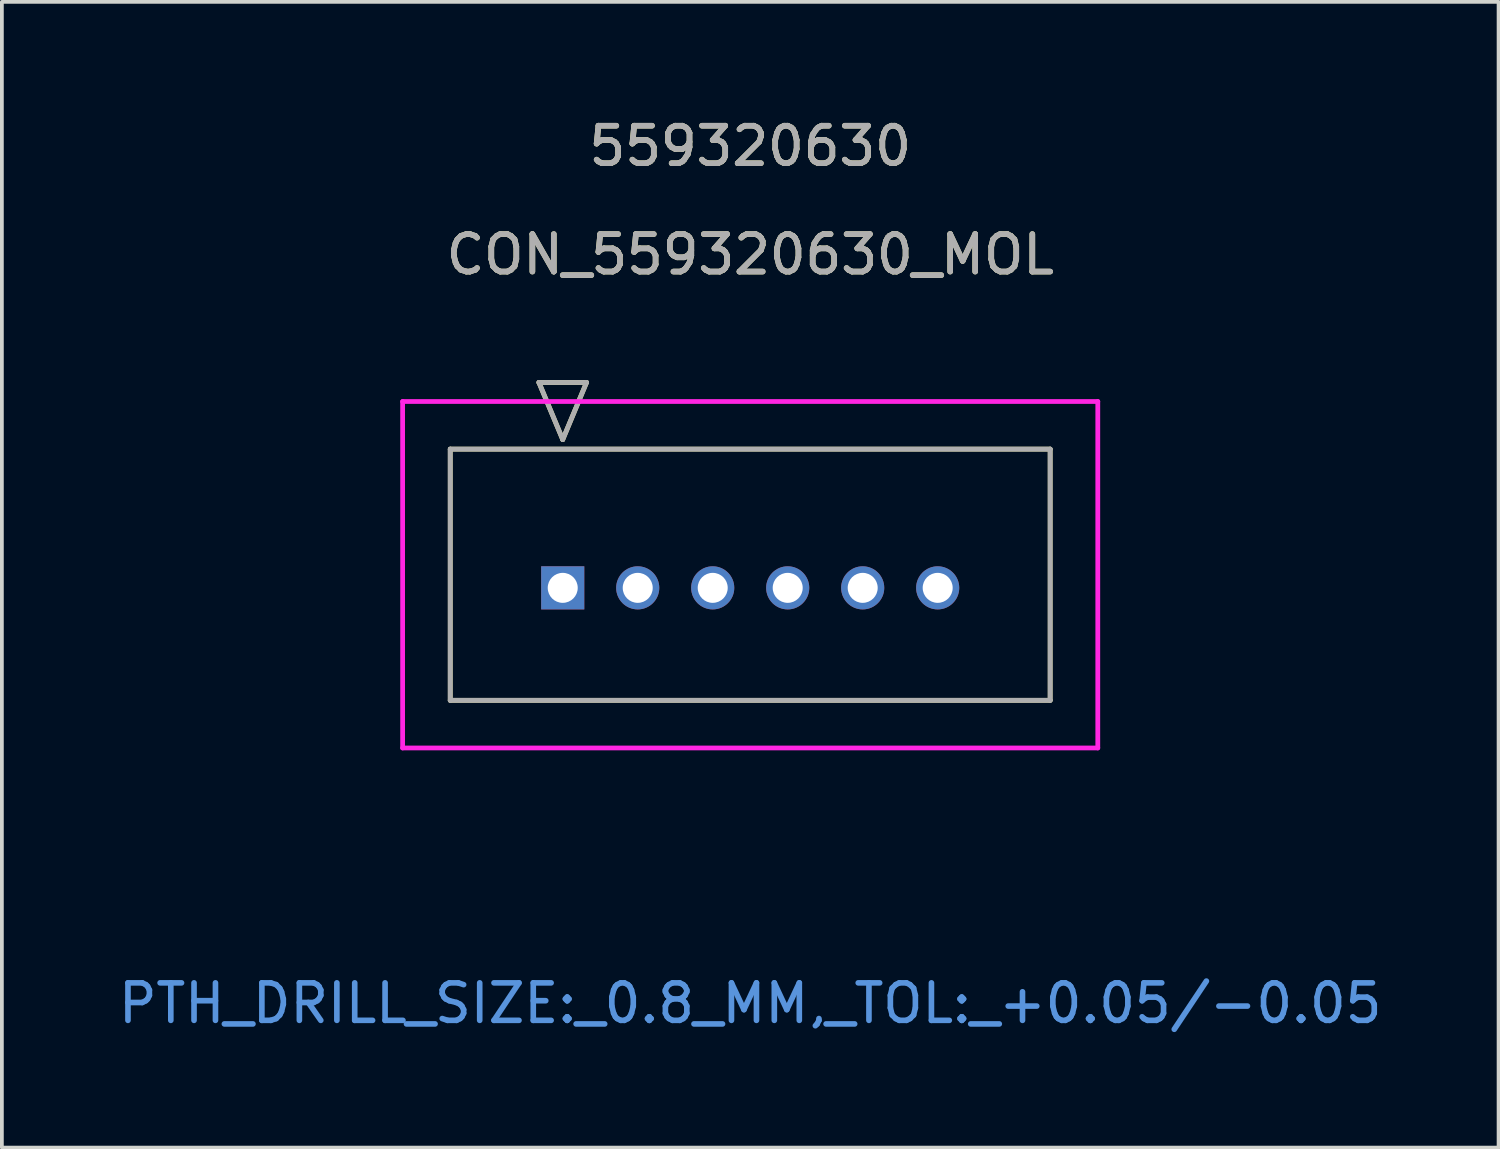
<source format=kicad_pcb>
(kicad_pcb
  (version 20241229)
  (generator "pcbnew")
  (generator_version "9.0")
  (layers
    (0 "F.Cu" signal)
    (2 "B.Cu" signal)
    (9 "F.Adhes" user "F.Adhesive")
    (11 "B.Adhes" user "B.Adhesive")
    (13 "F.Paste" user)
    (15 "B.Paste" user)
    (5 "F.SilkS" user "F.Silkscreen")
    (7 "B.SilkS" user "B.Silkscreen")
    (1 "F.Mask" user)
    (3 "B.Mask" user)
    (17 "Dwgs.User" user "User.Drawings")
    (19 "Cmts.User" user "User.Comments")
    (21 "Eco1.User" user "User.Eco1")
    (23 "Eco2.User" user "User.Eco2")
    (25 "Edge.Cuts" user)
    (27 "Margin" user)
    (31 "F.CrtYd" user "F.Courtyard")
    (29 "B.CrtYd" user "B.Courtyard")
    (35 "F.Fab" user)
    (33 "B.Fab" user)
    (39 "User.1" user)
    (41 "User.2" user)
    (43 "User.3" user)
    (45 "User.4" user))
  (footprint "CON_559320630_MOL"
    (layer "F.Cu")
    (at 11.958 12.628)
    (property "Reference" "CON_559320630_MOL" (at 5 -8.89 0) (unlocked yes) (layer "F.SilkS") (effects (font (size 1 1) (thickness 0.15))))
    (attr through_hole)
    (fp_line (start -3 -3.7) (end -3 3) (stroke (width 0.127) (type solid)) (layer "F.SilkS"))
    (fp_line (start -3 3) (end 13 3) (stroke (width 0.127) (type solid)) (layer "F.SilkS"))
    (fp_line (start -0.635 -5.478) (end 0 -3.954) (stroke (width 0.127) (type solid)) (layer "F.SilkS"))
    (fp_line (start 0 -3.954) (end 0.635 -5.478) (stroke (width 0.127) (type solid)) (layer "F.SilkS"))
    (fp_line (start 0.635 -5.478) (end -0.635 -5.478) (stroke (width 0.127) (type solid)) (layer "F.SilkS"))
    (fp_line (start 13 -3.7) (end -3 -3.7) (stroke (width 0.127) (type solid)) (layer "F.SilkS"))
    (fp_line (start 13 3) (end 13 -3.7) (stroke (width 0.127) (type solid)) (layer "F.SilkS"))
    (fp_line (start -4.27 -4.97) (end -4.27 4.27) (stroke (width 0.127) (type solid)) (layer "F.CrtYd"))
    (fp_line (start -4.27 4.27) (end 14.27 4.27) (stroke (width 0.127) (type solid)) (layer "F.CrtYd"))
    (fp_line (start 14.27 -4.97) (end -4.27 -4.97) (stroke (width 0.127) (type solid)) (layer "F.CrtYd"))
    (fp_line (start 14.27 4.27) (end 14.27 -4.97) (stroke (width 0.127) (type solid)) (layer "F.CrtYd"))
    (fp_line (start -3 -3.7) (end -3 3) (stroke (width 0.127) (type solid)) (layer "F.Fab"))
    (fp_line (start -3 3) (end 13 3) (stroke (width 0.127) (type solid)) (layer "F.Fab"))
    (fp_line (start -0.635 -5.478) (end 0 -3.954) (stroke (width 0.127) (type solid)) (layer "F.Fab"))
    (fp_line (start 0 -3.954) (end 0.635 -5.478) (stroke (width 0.127) (type solid)) (layer "F.Fab"))
    (fp_line (start 0.635 -5.478) (end -0.635 -5.478) (stroke (width 0.127) (type solid)) (layer "F.Fab"))
    (fp_line (start 13 -3.7) (end -3 -3.7) (stroke (width 0.127) (type solid)) (layer "F.Fab"))
    (fp_line (start 13 3) (end 13 -3.7) (stroke (width 0.127) (type solid)) (layer "F.Fab"))
    (fp_text user "559320630" (at 5 -11.78 0) (unlocked yes) (layer "F.SilkS") (effects (font (size 1 1) (thickness 0.15))))
    (fp_text user "PTH_DRILL_SIZE:_0.8_MM,_TOL:_+0.05/-0.05" (at 5 11.08 0) (unlocked yes) (layer "Cmts.User") (effects (font (size 1 1) (thickness 0.15))))
    (fp_text user "${REFERENCE}" (at 5 -8.89 0) (unlocked yes) (layer "F.Fab") (effects (font (size 1 1) (thickness 0.15))))
    (fp_text user "559320630" (at 5 -11.78 0) (unlocked yes) (layer "F.Fab") (effects (font (size 1 1) (thickness 0.15))))
    (pad "1" thru_hole rect (at 0 0) (size 1.15 1.15) (drill 0.8) (layers "*.Cu" "*.Mask"))
    (pad "2" thru_hole circle (at 2 0) (size 1.15 1.15) (drill 0.8) (layers "*.Cu" "*.Mask"))
    (pad "3" thru_hole circle (at 4 0) (size 1.15 1.15) (drill 0.8) (layers "*.Cu" "*.Mask"))
    (pad "4" thru_hole circle (at 6 0) (size 1.15 1.15) (drill 0.8) (layers "*.Cu" "*.Mask"))
    (pad "5" thru_hole circle (at 8 0) (size 1.15 1.15) (drill 0.8) (layers "*.Cu" "*.Mask"))
    (pad "6" thru_hole circle (at 10 0) (size 1.15 1.15) (drill 0.8) (layers "*.Cu" "*.Mask")))
  (gr_rect
    (start -3 -3)
    (end 36.917 27.556)
    (stroke (width 0.1) (type default))
    (fill no)
    (layer "Edge.Cuts")))
</source>
